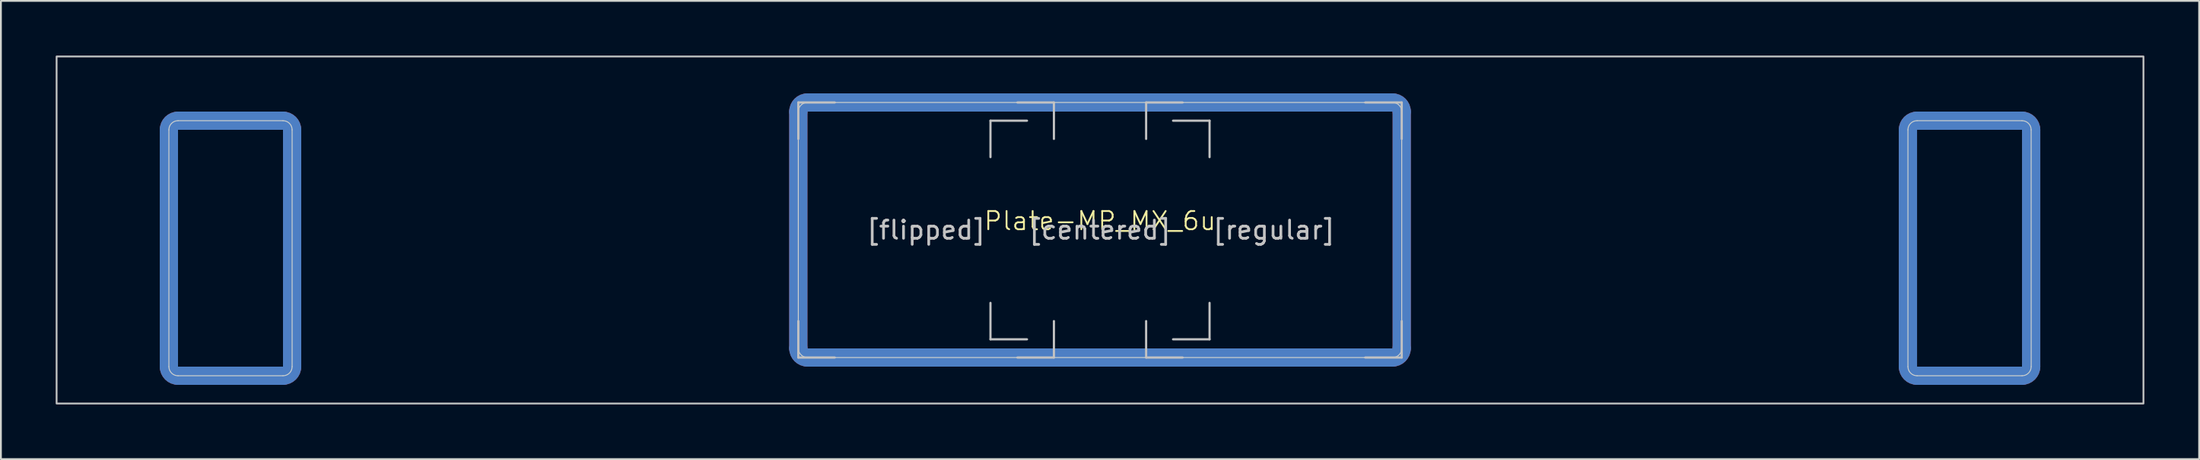
<source format=kicad_pcb>
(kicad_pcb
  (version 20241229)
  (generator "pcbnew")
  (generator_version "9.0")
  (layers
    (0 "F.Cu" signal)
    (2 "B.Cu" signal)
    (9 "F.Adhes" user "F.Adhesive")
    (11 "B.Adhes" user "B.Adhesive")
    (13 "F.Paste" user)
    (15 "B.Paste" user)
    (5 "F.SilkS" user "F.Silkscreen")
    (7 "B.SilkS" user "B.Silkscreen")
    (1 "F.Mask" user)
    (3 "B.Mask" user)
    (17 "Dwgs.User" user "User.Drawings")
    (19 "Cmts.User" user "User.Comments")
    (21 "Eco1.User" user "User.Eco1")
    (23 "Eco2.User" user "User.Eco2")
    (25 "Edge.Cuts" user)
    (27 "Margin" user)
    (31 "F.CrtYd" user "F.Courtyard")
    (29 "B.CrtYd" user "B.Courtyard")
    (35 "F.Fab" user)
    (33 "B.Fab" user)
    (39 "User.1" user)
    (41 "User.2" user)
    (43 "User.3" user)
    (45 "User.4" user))
  (footprint "Plate-MP_MX_6u"
    (layer "F.Cu")
    (at 57.2 9.575)
    (property "Reference" "Plate-MP_MX_6u" (at 0 -0.5 0) (unlocked yes) (layer "F.SilkS") (effects (font (size 1 1) (thickness 0.1))))
    (attr exclude_from_pos_files exclude_from_bom allow_missing_courtyard)
    (fp_line (start -51 -5.5) (end -51 7.5) (stroke (width 1) (type solid)) (layer "F.Cu"))
    (fp_line (start -44.75 -6) (end -50.5 -6) (stroke (width 1) (type solid)) (layer "F.Cu"))
    (fp_line (start -44.75 8) (end -50.5 8) (stroke (width 1) (type solid)) (layer "F.Cu"))
    (fp_line (start -44.25 -5.5) (end -44.25 7.5) (stroke (width 1) (type solid)) (layer "F.Cu"))
    (fp_line (start -16.525 -6.5) (end -16.525 6.5) (stroke (width 1) (type solid)) (layer "F.Cu"))
    (fp_line (start -16.025 7) (end 16.025 7) (stroke (width 1) (type solid)) (layer "F.Cu"))
    (fp_line (start 16.025 -7) (end -16.025 -7) (stroke (width 1) (type solid)) (layer "F.Cu"))
    (fp_line (start 16.525 6.5) (end 16.525 -6.5) (stroke (width 1) (type solid)) (layer "F.Cu"))
    (fp_line (start 44.25 -5.5) (end 44.25 7.5) (stroke (width 1) (type solid)) (layer "F.Cu"))
    (fp_line (start 50.5 -6) (end 44.75 -6) (stroke (width 1) (type solid)) (layer "F.Cu"))
    (fp_line (start 50.5 8) (end 44.75 8) (stroke (width 1) (type solid)) (layer "F.Cu"))
    (fp_line (start 51 -5.5) (end 51 7.5) (stroke (width 1) (type solid)) (layer "F.Cu"))
    (fp_arc (start -51 -5.499999) (mid -50.853553 -5.853552) (end -50.5 -5.999999) (stroke (width 1) (type solid)) (layer "F.Cu"))
    (fp_arc (start -50.5 8.000001) (mid -50.853554 7.853555) (end -51 7.500001) (stroke (width 1) (type solid)) (layer "F.Cu"))
    (fp_arc (start -44.75 -5.999999) (mid -44.396447 -5.853552) (end -44.25 -5.499999) (stroke (width 1) (type solid)) (layer "F.Cu"))
    (fp_arc (start -44.25 7.500001) (mid -44.396447 7.853554) (end -44.75 8.000001) (stroke (width 1) (type solid)) (layer "F.Cu"))
    (fp_arc (start -16.525 -6.5) (mid -16.378554 -6.853554) (end -16.025 -7) (stroke (width 1) (type solid)) (layer "F.Cu"))
    (fp_arc (start -16.022236 6.998884) (mid -16.37579 6.852438) (end -16.522236 6.498884) (stroke (width 1) (type solid)) (layer "F.Cu"))
    (fp_arc (start 16.025 -7) (mid 16.378553 -6.853553) (end 16.525 -6.5) (stroke (width 1) (type solid)) (layer "F.Cu"))
    (fp_arc (start 16.525 6.5) (mid 16.378553 6.853553) (end 16.025 7) (stroke (width 1) (type solid)) (layer "F.Cu"))
    (fp_arc (start 44.25 -5.499999) (mid 44.396447 -5.853552) (end 44.75 -5.999999) (stroke (width 1) (type solid)) (layer "F.Cu"))
    (fp_arc (start 44.75 8.000001) (mid 44.396446 7.853555) (end 44.25 7.500001) (stroke (width 1) (type solid)) (layer "F.Cu"))
    (fp_arc (start 50.5 -5.999999) (mid 50.853553 -5.853552) (end 51 -5.499999) (stroke (width 1) (type solid)) (layer "F.Cu"))
    (fp_arc (start 51 7.500001) (mid 50.853553 7.853554) (end 50.5 8.000001) (stroke (width 1) (type solid)) (layer "F.Cu"))
    (fp_line (start -51 -5.5) (end -51 7.5) (stroke (width 1.1) (type solid)) (layer "F.Mask"))
    (fp_line (start -50.5 -6) (end -44.75 -6) (stroke (width 1.1) (type solid)) (layer "F.Mask"))
    (fp_line (start -50.5 8) (end -44.75 8) (stroke (width 1.1) (type solid)) (layer "F.Mask"))
    (fp_line (start -44.25 -5.5) (end -44.25 7.5) (stroke (width 1.1) (type solid)) (layer "F.Mask"))
    (fp_line (start -16.525 -6.5) (end -16.525 6.5) (stroke (width 1.1) (type solid)) (layer "F.Mask"))
    (fp_line (start -16.025 7) (end 16.025 7) (stroke (width 1.1) (type solid)) (layer "F.Mask"))
    (fp_line (start 16.025 -7) (end -16.025 -7) (stroke (width 1.1) (type solid)) (layer "F.Mask"))
    (fp_line (start 16.525 6.5) (end 16.525 -6.5) (stroke (width 1.1) (type solid)) (layer "F.Mask"))
    (fp_line (start 44.25 -5.5) (end 44.25 7.5) (stroke (width 1.1) (type solid)) (layer "F.Mask"))
    (fp_line (start 44.75 -6) (end 50.5 -6) (stroke (width 1.1) (type solid)) (layer "F.Mask"))
    (fp_line (start 44.75 8) (end 50.5 8) (stroke (width 1.1) (type solid)) (layer "F.Mask"))
    (fp_line (start 51 -5.5) (end 51 7.5) (stroke (width 1.1) (type solid)) (layer "F.Mask"))
    (fp_arc (start -51 -5.499999) (mid -50.853553 -5.853552) (end -50.5 -5.999999) (stroke (width 1.1) (type solid)) (layer "F.Mask"))
    (fp_arc (start -50.5 8.000001) (mid -50.853553 7.853554) (end -51 7.500001) (stroke (width 1.1) (type solid)) (layer "F.Mask"))
    (fp_arc (start -44.75 -5.999999) (mid -44.396447 -5.853552) (end -44.25 -5.499999) (stroke (width 1.1) (type solid)) (layer "F.Mask"))
    (fp_arc (start -44.25 7.500001) (mid -44.396447 7.853554) (end -44.75 8.000001) (stroke (width 1.1) (type solid)) (layer "F.Mask"))
    (fp_arc (start -16.525 -6.5) (mid -16.378554 -6.853554) (end -16.025 -7) (stroke (width 1.1) (type solid)) (layer "F.Mask"))
    (fp_arc (start -16.022236 6.998884) (mid -16.37579 6.852438) (end -16.522236 6.498884) (stroke (width 1.1) (type solid)) (layer "F.Mask"))
    (fp_arc (start 16.025 -7) (mid 16.378553 -6.853553) (end 16.525 -6.5) (stroke (width 1.1) (type solid)) (layer "F.Mask"))
    (fp_arc (start 16.525 6.5) (mid 16.378553 6.853553) (end 16.025 7) (stroke (width 1.1) (type solid)) (layer "F.Mask"))
    (fp_arc (start 44.25 -5.499999) (mid 44.396447 -5.853552) (end 44.75 -5.999999) (stroke (width 1.1) (type solid)) (layer "F.Mask"))
    (fp_arc (start 44.75 8.000001) (mid 44.396447 7.853554) (end 44.25 7.500001) (stroke (width 1.1) (type solid)) (layer "F.Mask"))
    (fp_arc (start 50.5 -5.999999) (mid 50.853553 -5.853552) (end 51 -5.499999) (stroke (width 1.1) (type solid)) (layer "F.Mask"))
    (fp_arc (start 51 7.500001) (mid 50.853553 7.853554) (end 50.5 8.000001) (stroke (width 1.1) (type solid)) (layer "F.Mask"))
    (fp_line (start -51 -5.5) (end -51 7.5) (stroke (width 1) (type solid)) (layer "B.Cu"))
    (fp_line (start -50.5 -6) (end -44.75 -6) (stroke (width 1) (type solid)) (layer "B.Cu"))
    (fp_line (start -50.5 8) (end -44.75 8) (stroke (width 1) (type solid)) (layer "B.Cu"))
    (fp_line (start -44.25 -5.5) (end -44.25 7.5) (stroke (width 1) (type solid)) (layer "B.Cu"))
    (fp_line (start -16.525 6.5) (end -16.525 -6.5) (stroke (width 1) (type solid)) (layer "B.Cu"))
    (fp_line (start -16.025 -7) (end 16.025 -7) (stroke (width 1) (type solid)) (layer "B.Cu"))
    (fp_line (start 16.022 6.999) (end -16.025 7) (stroke (width 1) (type solid)) (layer "B.Cu"))
    (fp_line (start 16.525 -6.5) (end 16.525 6.5) (stroke (width 1) (type solid)) (layer "B.Cu"))
    (fp_line (start 44.25 -5.5) (end 44.25 7.5) (stroke (width 1) (type solid)) (layer "B.Cu"))
    (fp_line (start 44.75 -6) (end 50.5 -6) (stroke (width 1) (type solid)) (layer "B.Cu"))
    (fp_line (start 44.75 8) (end 50.5 8) (stroke (width 1) (type solid)) (layer "B.Cu"))
    (fp_line (start 51 -5.5) (end 51 7.5) (stroke (width 1) (type solid)) (layer "B.Cu"))
    (fp_arc (start -51 -5.499999) (mid -50.853553 -5.853552) (end -50.5 -5.999999) (stroke (width 1) (type solid)) (layer "B.Cu"))
    (fp_arc (start -50.5 8.000001) (mid -50.853553 7.853554) (end -51 7.500001) (stroke (width 1) (type solid)) (layer "B.Cu"))
    (fp_arc (start -44.75 -5.999999) (mid -44.396447 -5.853552) (end -44.25 -5.499999) (stroke (width 1) (type solid)) (layer "B.Cu"))
    (fp_arc (start -44.25 7.500001) (mid -44.396447 7.853554) (end -44.75 8.000001) (stroke (width 1) (type solid)) (layer "B.Cu"))
    (fp_arc (start -16.525 -6.5) (mid -16.378553 -6.853553) (end -16.025 -7) (stroke (width 1) (type solid)) (layer "B.Cu"))
    (fp_arc (start -16.025 7) (mid -16.378553 6.853553) (end -16.525 6.5) (stroke (width 1) (type solid)) (layer "B.Cu"))
    (fp_arc (start 16.025 -7) (mid 16.378553 -6.853553) (end 16.525 -6.5) (stroke (width 1) (type solid)) (layer "B.Cu"))
    (fp_arc (start 16.522236 6.498884) (mid 16.375797 6.85246) (end 16.022236 6.998884) (stroke (width 1) (type solid)) (layer "B.Cu"))
    (fp_arc (start 44.25 -5.499999) (mid 44.396447 -5.853552) (end 44.75 -5.999999) (stroke (width 1) (type solid)) (layer "B.Cu"))
    (fp_arc (start 44.75 8.000001) (mid 44.396447 7.853554) (end 44.25 7.500001) (stroke (width 1) (type solid)) (layer "B.Cu"))
    (fp_arc (start 50.5 -5.999999) (mid 50.853553 -5.853552) (end 51 -5.499999) (stroke (width 1) (type solid)) (layer "B.Cu"))
    (fp_arc (start 51 7.500001) (mid 50.853553 7.853554) (end 50.5 8.000001) (stroke (width 1) (type solid)) (layer "B.Cu"))
    (fp_line (start -51 -5.5) (end -51 7.5) (stroke (width 1.1) (type solid)) (layer "B.Mask"))
    (fp_line (start -44.75 -6) (end -50.5 -6) (stroke (width 1.1) (type solid)) (layer "B.Mask"))
    (fp_line (start -44.75 8) (end -50.5 8) (stroke (width 1.1) (type solid)) (layer "B.Mask"))
    (fp_line (start -44.25 -5.5) (end -44.25 7.5) (stroke (width 1.1) (type solid)) (layer "B.Mask"))
    (fp_line (start -16.525 6.5) (end -16.525 -6.5) (stroke (width 1.1) (type solid)) (layer "B.Mask"))
    (fp_line (start -16.025 -7) (end 16.025 -7) (stroke (width 1.1) (type solid)) (layer "B.Mask"))
    (fp_line (start 16.022 6.999) (end -16.025 7) (stroke (width 1.1) (type solid)) (layer "B.Mask"))
    (fp_line (start 16.525 -6.5) (end 16.525 6.5) (stroke (width 1.1) (type solid)) (layer "B.Mask"))
    (fp_line (start 44.25 -5.5) (end 44.25 7.5) (stroke (width 1.1) (type solid)) (layer "B.Mask"))
    (fp_line (start 50.5 -6) (end 44.75 -6) (stroke (width 1.1) (type solid)) (layer "B.Mask"))
    (fp_line (start 50.5 8) (end 44.75 8) (stroke (width 1.1) (type solid)) (layer "B.Mask"))
    (fp_line (start 51 -5.5) (end 51 7.5) (stroke (width 1.1) (type solid)) (layer "B.Mask"))
    (fp_arc (start -51 -5.499999) (mid -50.853553 -5.853552) (end -50.5 -5.999999) (stroke (width 1.1) (type solid)) (layer "B.Mask"))
    (fp_arc (start -50.5 8.000001) (mid -50.853553 7.853554) (end -51 7.500001) (stroke (width 1.1) (type solid)) (layer "B.Mask"))
    (fp_arc (start -44.75 -5.999999) (mid -44.396447 -5.853552) (end -44.25 -5.499999) (stroke (width 1.1) (type solid)) (layer "B.Mask"))
    (fp_arc (start -44.25 7.500001) (mid -44.396447 7.853554) (end -44.75 8.000001) (stroke (width 1.1) (type solid)) (layer "B.Mask"))
    (fp_arc (start -16.525 -6.5) (mid -16.378553 -6.853553) (end -16.025 -7) (stroke (width 1.1) (type solid)) (layer "B.Mask"))
    (fp_arc (start -16.025 7) (mid -16.378553 6.853553) (end -16.525 6.5) (stroke (width 1.1) (type solid)) (layer "B.Mask"))
    (fp_arc (start 16.025 -7) (mid 16.378553 -6.853553) (end 16.525 -6.5) (stroke (width 1.1) (type solid)) (layer "B.Mask"))
    (fp_arc (start 16.522236 6.498884) (mid 16.375797 6.85246) (end 16.022236 6.998884) (stroke (width 1.1) (type solid)) (layer "B.Mask"))
    (fp_arc (start 44.25 -5.499999) (mid 44.396447 -5.853552) (end 44.75 -5.999999) (stroke (width 1.1) (type solid)) (layer "B.Mask"))
    (fp_arc (start 44.75 8.000001) (mid 44.396447 7.853554) (end 44.25 7.500001) (stroke (width 1.1) (type solid)) (layer "B.Mask"))
    (fp_arc (start 50.5 -5.999999) (mid 50.853553 -5.853552) (end 51 -5.499999) (stroke (width 1.1) (type solid)) (layer "B.Mask"))
    (fp_arc (start 51 7.500001) (mid 50.853553 7.853554) (end 50.5 8.000001) (stroke (width 1.1) (type solid)) (layer "B.Mask"))
    (fp_line (start -16.525 -7) (end -14.525 -7) (stroke (width 0.12) (type solid)) (layer "Dwgs.User"))
    (fp_line (start -16.525 -5) (end -16.525 -7) (stroke (width 0.12) (type solid)) (layer "Dwgs.User"))
    (fp_line (start -16.525 7) (end -16.525 5) (stroke (width 0.12) (type solid)) (layer "Dwgs.User"))
    (fp_line (start -14.525 7) (end -16.525 7) (stroke (width 0.12) (type solid)) (layer "Dwgs.User"))
    (fp_line (start -6 -6) (end -4 -6) (stroke (width 0.12) (type solid)) (layer "Dwgs.User"))
    (fp_line (start -6 -4) (end -6 -6) (stroke (width 0.12) (type solid)) (layer "Dwgs.User"))
    (fp_line (start -6 6) (end -6 4) (stroke (width 0.12) (type solid)) (layer "Dwgs.User"))
    (fp_line (start -4.525 -7) (end -2.525 -7) (stroke (width 0.12) (type solid)) (layer "Dwgs.User"))
    (fp_line (start -4.525 7) (end -2.525 7) (stroke (width 0.12) (type solid)) (layer "Dwgs.User"))
    (fp_line (start -4 6) (end -6 6) (stroke (width 0.12) (type solid)) (layer "Dwgs.User"))
    (fp_line (start -2.525 -7) (end -2.525 -5) (stroke (width 0.12) (type solid)) (layer "Dwgs.User"))
    (fp_line (start -2.525 7) (end -2.525 5) (stroke (width 0.12) (type solid)) (layer "Dwgs.User"))
    (fp_line (start 2.525 -7) (end 4.525 -7) (stroke (width 0.12) (type solid)) (layer "Dwgs.User"))
    (fp_line (start 2.525 -5) (end 2.525 -7) (stroke (width 0.12) (type solid)) (layer "Dwgs.User"))
    (fp_line (start 2.525 7) (end 2.525 5) (stroke (width 0.12) (type solid)) (layer "Dwgs.User"))
    (fp_line (start 4 6) (end 6 6) (stroke (width 0.12) (type solid)) (layer "Dwgs.User"))
    (fp_line (start 4.525 7) (end 2.525 7) (stroke (width 0.12) (type solid)) (layer "Dwgs.User"))
    (fp_line (start 6 -6) (end 4 -6) (stroke (width 0.12) (type solid)) (layer "Dwgs.User"))
    (fp_line (start 6 -4) (end 6 -6) (stroke (width 0.12) (type solid)) (layer "Dwgs.User"))
    (fp_line (start 6 6) (end 6 4) (stroke (width 0.12) (type solid)) (layer "Dwgs.User"))
    (fp_line (start 14.525 -7) (end 16.525 -7) (stroke (width 0.12) (type solid)) (layer "Dwgs.User"))
    (fp_line (start 14.525 7) (end 16.525 7) (stroke (width 0.12) (type solid)) (layer "Dwgs.User"))
    (fp_line (start 16.525 -7) (end 16.525 -5) (stroke (width 0.12) (type solid)) (layer "Dwgs.User"))
    (fp_line (start 16.525 7) (end 16.525 5) (stroke (width 0.12) (type solid)) (layer "Dwgs.User"))
    (fp_rect (start -57.15 -9.525) (end 57.15 9.525) (stroke (width 0.1) (type solid)) (fill no) (layer "Dwgs.User"))
    (fp_line (start -51 -5.5) (end -51 7.5) (stroke (width 0.05) (type solid)) (layer "Edge.Cuts"))
    (fp_line (start -50.5 -6) (end -44.75 -6) (stroke (width 0.05) (type solid)) (layer "Edge.Cuts"))
    (fp_line (start -50.5 8) (end -44.75 8) (stroke (width 0.05) (type solid)) (layer "Edge.Cuts"))
    (fp_line (start -44.25 -5.5) (end -44.25 7.5) (stroke (width 0.05) (type solid)) (layer "Edge.Cuts"))
    (fp_line (start -16.525 -6.5) (end -16.525 6.5) (stroke (width 0.05) (type solid)) (layer "Edge.Cuts"))
    (fp_line (start -16.025 7) (end 16.025 7) (stroke (width 0.05) (type solid)) (layer "Edge.Cuts"))
    (fp_line (start 16.025 -7) (end -16.025 -7) (stroke (width 0.05) (type solid)) (layer "Edge.Cuts"))
    (fp_line (start 16.525 6.5) (end 16.525 -6.5) (stroke (width 0.05) (type solid)) (layer "Edge.Cuts"))
    (fp_line (start 44.251 -5.5) (end 44.251 7.5) (stroke (width 0.05) (type solid)) (layer "Edge.Cuts"))
    (fp_line (start 44.751 -6) (end 50.499 -6) (stroke (width 0.05) (type solid)) (layer "Edge.Cuts"))
    (fp_line (start 44.751 8) (end 50.501 8) (stroke (width 0.05) (type solid)) (layer "Edge.Cuts"))
    (fp_line (start 50.999 -5.5) (end 51.001 7.5) (stroke (width 0.05) (type solid)) (layer "Edge.Cuts"))
    (fp_arc (start -51 -5.499999) (mid -50.853553 -5.853552) (end -50.5 -5.999999) (stroke (width 0.05) (type solid)) (layer "Edge.Cuts"))
    (fp_arc (start -50.5 8.000001) (mid -50.853553 7.853554) (end -51 7.500001) (stroke (width 0.05) (type solid)) (layer "Edge.Cuts"))
    (fp_arc (start -44.75 -5.999999) (mid -44.396447 -5.853552) (end -44.25 -5.499999) (stroke (width 0.05) (type solid)) (layer "Edge.Cuts"))
    (fp_arc (start -44.25 7.500001) (mid -44.396447 7.853554) (end -44.75 8.000001) (stroke (width 0.05) (type solid)) (layer "Edge.Cuts"))
    (fp_arc (start -16.525 -6.5) (mid -16.378553 -6.853553) (end -16.025 -7) (stroke (width 0.05) (type solid)) (layer "Edge.Cuts"))
    (fp_arc (start -16.022236 6.998884) (mid -16.375789 6.852437) (end -16.522236 6.498884) (stroke (width 0.05) (type solid)) (layer "Edge.Cuts"))
    (fp_arc (start 16.025 -7) (mid 16.378553 -6.853553) (end 16.525 -6.5) (stroke (width 0.05) (type solid)) (layer "Edge.Cuts"))
    (fp_arc (start 16.525 6.5) (mid 16.378553 6.853553) (end 16.025 7) (stroke (width 0.05) (type solid)) (layer "Edge.Cuts"))
    (fp_arc (start 44.250605 -5.499999) (mid 44.397049 -5.853569) (end 44.750605 -5.999999) (stroke (width 0.05) (type solid)) (layer "Edge.Cuts"))
    (fp_arc (start 44.750605 8.000001) (mid 44.397045 7.853545) (end 44.250605 7.500001) (stroke (width 0.05) (type solid)) (layer "Edge.Cuts"))
    (fp_arc (start 50.499394 -5.999999) (mid 50.852954 -5.853543) (end 50.999394 -5.499999) (stroke (width 0.05) (type solid)) (layer "Edge.Cuts"))
    (fp_arc (start 51.000605 7.500001) (mid 50.854155 7.853538) (end 50.500605 8.000001) (stroke (width 0.05) (type solid)) (layer "Edge.Cuts"))
    (fp_text user "[regular]" (at 9.525 0 0) (layer "Dwgs.User") (effects (font (size 1 1) (thickness 0.15))))
    (fp_text user "[centered]" (at 0 0 0) (layer "Dwgs.User") (effects (font (size 1 1) (thickness 0.15))))
    (fp_text user "[flipped]" (at -9.525 0 0) (layer "Dwgs.User") (effects (font (size 1 1) (thickness 0.15)))))
  (gr_rect
    (start -3 -3)
    (end 117.4 22.15)
    (stroke (width 0.1) (type default))
    (fill no)
    (layer "Edge.Cuts")))
</source>
